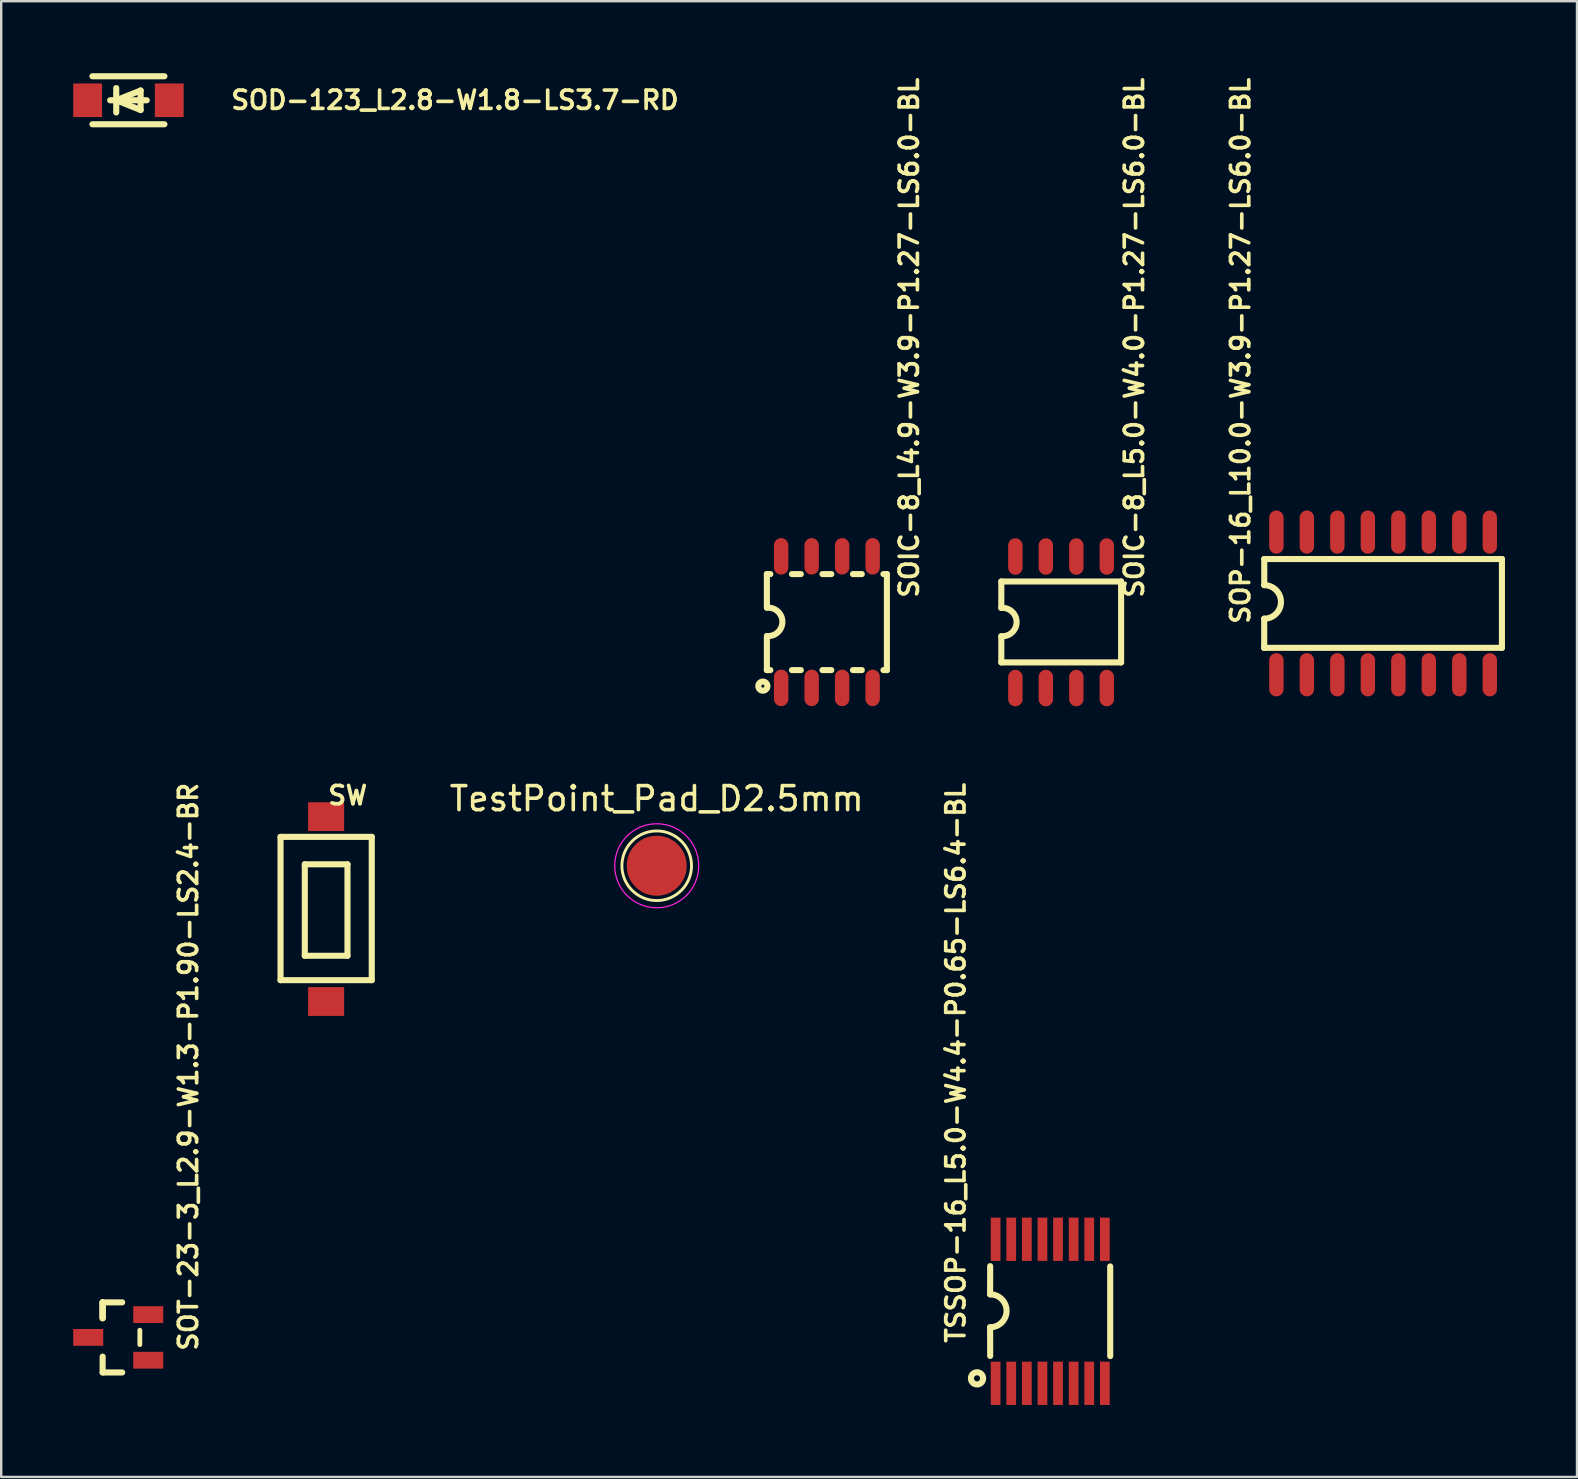
<source format=kicad_pcb>
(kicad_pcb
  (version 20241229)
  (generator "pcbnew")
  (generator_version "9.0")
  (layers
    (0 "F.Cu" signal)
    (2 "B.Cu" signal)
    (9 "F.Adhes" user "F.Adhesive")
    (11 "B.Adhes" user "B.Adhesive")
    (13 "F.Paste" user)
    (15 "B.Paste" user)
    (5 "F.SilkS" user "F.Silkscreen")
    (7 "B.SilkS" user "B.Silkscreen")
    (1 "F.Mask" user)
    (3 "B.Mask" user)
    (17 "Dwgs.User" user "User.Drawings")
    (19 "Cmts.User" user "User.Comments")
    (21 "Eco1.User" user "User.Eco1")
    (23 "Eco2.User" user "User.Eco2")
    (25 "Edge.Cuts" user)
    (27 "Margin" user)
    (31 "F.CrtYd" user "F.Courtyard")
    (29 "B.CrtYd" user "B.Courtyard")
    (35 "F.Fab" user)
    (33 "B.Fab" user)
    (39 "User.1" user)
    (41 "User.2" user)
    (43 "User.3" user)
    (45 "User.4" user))
  (footprint "SOP-16_L10.0-W3.9-P1.27-LS6.0-BL"
    (layer "F.Cu")
    (at 54.566 22.087)
    (property "Reference" "SOP-16_L10.0-W3.9-P1.27-LS6.0-BL" (at -5.941 0.932 90) (layer "F.SilkS") (effects (font (size 0.762 0.762) (thickness 0.152)) (justify left)))
    (attr smd)
    (fp_line (start -4.953 0.635) (end -4.953 1.85) (stroke (width 0.254) (type solid)) (layer "F.SilkS"))
    (fp_line (start -4.953 1.85) (end -4.95 1.85) (stroke (width 0.254) (type solid)) (layer "F.SilkS"))
    (fp_line (start -4.95 -1.85) (end -4.95 -0.762) (stroke (width 0.254) (type solid)) (layer "F.SilkS"))
    (fp_line (start -4.95 1.85) (end 4.95 1.85) (stroke (width 0.254) (type solid)) (layer "F.SilkS"))
    (fp_line (start 4.95 -1.85) (end -4.95 -1.85) (stroke (width 0.254) (type solid)) (layer "F.SilkS"))
    (fp_line (start 4.95 1.85) (end 4.95 -1.85) (stroke (width 0.254) (type solid)) (layer "F.SilkS"))
    (fp_arc (start -4.953 -0.762) (mid -4.254 -0.063) (end -4.953 0.636) (stroke (width 0.254) (type solid)) (layer "F.SilkS"))
    (pad "1" smd oval (at -4.445 2.972 180) (size 0.6 1.8) (layers "F.Cu" "F.Mask" "F.Paste"))
    (pad "2" smd oval (at -3.175 2.972 180) (size 0.6 1.8) (layers "F.Cu" "F.Mask" "F.Paste"))
    (pad "3" smd oval (at -1.905 2.972 180) (size 0.6 1.8) (layers "F.Cu" "F.Mask" "F.Paste"))
    (pad "4" smd oval (at -0.635 2.972 180) (size 0.6 1.8) (layers "F.Cu" "F.Mask" "F.Paste"))
    (pad "5" smd oval (at 0.635 2.972 180) (size 0.6 1.8) (layers "F.Cu" "F.Mask" "F.Paste"))
    (pad "6" smd oval (at 1.905 2.972 180) (size 0.6 1.8) (layers "F.Cu" "F.Mask" "F.Paste"))
    (pad "7" smd oval (at 3.175 2.972 180) (size 0.6 1.8) (layers "F.Cu" "F.Mask" "F.Paste"))
    (pad "8" smd oval (at 4.445 2.972 180) (size 0.6 1.8) (layers "F.Cu" "F.Mask" "F.Paste"))
    (pad "9" smd oval (at 4.445 -2.972 180) (size 0.6 1.8) (layers "F.Cu" "F.Mask" "F.Paste"))
    (pad "10" smd oval (at 3.175 -2.972 180) (size 0.6 1.8) (layers "F.Cu" "F.Mask" "F.Paste"))
    (pad "11" smd oval (at 1.905 -2.972 180) (size 0.6 1.8) (layers "F.Cu" "F.Mask" "F.Paste"))
    (pad "12" smd oval (at 0.635 -2.972 180) (size 0.6 1.8) (layers "F.Cu" "F.Mask" "F.Paste"))
    (pad "13" smd oval (at -0.635 -2.972 180) (size 0.6 1.8) (layers "F.Cu" "F.Mask" "F.Paste"))
    (pad "14" smd oval (at -1.905 -2.972 180) (size 0.6 1.8) (layers "F.Cu" "F.Mask" "F.Paste"))
    (pad "15" smd oval (at -3.175 -2.972 180) (size 0.6 1.8) (layers "F.Cu" "F.Mask" "F.Paste"))
    (pad "16" smd oval (at -4.445 -2.972 180) (size 0.6 1.8) (layers "F.Cu" "F.Mask" "F.Paste")))
  (footprint "TSSOP-16_L5.0-W4.4-P0.65-LS6.4-BL"
    (layer "F.Cu")
    (at 40.7 51.575)
    (property "Reference" "TSSOP-16_L5.0-W4.4-P0.65-LS6.4-BL" (at -3.937 1.397 90) (layer "F.SilkS") (effects (font (size 0.762 0.762) (thickness 0.152)) (justify left)))
    (attr smd)
    (fp_line (start -2.505 -0.706) (end -2.502 -1.88) (stroke (width 0.254) (type solid)) (layer "F.SilkS"))
    (fp_line (start -2.502 1.86) (end -2.505 0.666) (stroke (width 0.254) (type solid)) (layer "F.SilkS"))
    (fp_line (start 2.498 1.868) (end 2.498 -1.868) (stroke (width 0.254) (type solid)) (layer "F.SilkS"))
    (fp_arc (start -2.505 -0.706) (mid -1.819 -0.02) (end -2.505 0.666) (stroke (width 0.254) (type solid)) (layer "F.SilkS"))
    (fp_circle (center -3.05 2.794) (end -2.796 2.794) (stroke (width 0.254) (type solid)) (fill no) (layer "F.SilkS"))
    (pad "1" smd rect (at -2.275 3 90) (size 1.803 0.406) (layers "F.Cu" "F.Mask" "F.Paste"))
    (pad "2" smd rect (at -1.625 3 90) (size 1.803 0.406) (layers "F.Cu" "F.Mask" "F.Paste"))
    (pad "3" smd rect (at -0.975 3 90) (size 1.803 0.406) (layers "F.Cu" "F.Mask" "F.Paste"))
    (pad "4" smd rect (at -0.325 3 90) (size 1.803 0.406) (layers "F.Cu" "F.Mask" "F.Paste"))
    (pad "5" smd rect (at 0.325 3 90) (size 1.803 0.406) (layers "F.Cu" "F.Mask" "F.Paste"))
    (pad "6" smd rect (at 0.975 3 90) (size 1.803 0.406) (layers "F.Cu" "F.Mask" "F.Paste"))
    (pad "7" smd rect (at 1.625 3 90) (size 1.803 0.406) (layers "F.Cu" "F.Mask" "F.Paste"))
    (pad "8" smd rect (at 2.275 3 90) (size 1.803 0.406) (layers "F.Cu" "F.Mask" "F.Paste"))
    (pad "9" smd rect (at 2.275 -3 90) (size 1.803 0.406) (layers "F.Cu" "F.Mask" "F.Paste"))
    (pad "10" smd rect (at 1.625 -3 90) (size 1.803 0.406) (layers "F.Cu" "F.Mask" "F.Paste"))
    (pad "11" smd rect (at 0.975 -3 90) (size 1.803 0.406) (layers "F.Cu" "F.Mask" "F.Paste"))
    (pad "12" smd rect (at 0.325 -3 90) (size 1.803 0.406) (layers "F.Cu" "F.Mask" "F.Paste"))
    (pad "13" smd rect (at -0.325 -3 90) (size 1.803 0.406) (layers "F.Cu" "F.Mask" "F.Paste"))
    (pad "14" smd rect (at -0.975 -3 90) (size 1.803 0.406) (layers "F.Cu" "F.Mask" "F.Paste"))
    (pad "15" smd rect (at -1.625 -3 90) (size 1.803 0.406) (layers "F.Cu" "F.Mask" "F.Paste"))
    (pad "16" smd rect (at -2.275 -3 90) (size 1.803 0.406) (layers "F.Cu" "F.Mask" "F.Paste")))
  (footprint "SW"
    (layer "F.Cu")
    (at 10.536 34.911)
    (property "Reference" "SW" (at 0 -4.826 0) (layer "F.SilkS") (effects (font (size 0.762 0.762) (thickness 0.152)) (justify left)))
    (attr smd)
    (fp_line (start -1.9 -3.099) (end -1.9 2.87) (stroke (width 0.254) (type solid)) (layer "F.SilkS"))
    (fp_line (start -1.9 2.87) (end 1.9 2.87) (stroke (width 0.254) (type solid)) (layer "F.SilkS"))
    (fp_line (start -0.889 -1.956) (end 0.889 -1.956) (stroke (width 0.254) (type solid)) (layer "F.SilkS"))
    (fp_line (start -0.889 1.854) (end -0.889 -1.956) (stroke (width 0.254) (type solid)) (layer "F.SilkS"))
    (fp_line (start 0.889 -1.956) (end 0.889 1.854) (stroke (width 0.254) (type solid)) (layer "F.SilkS"))
    (fp_line (start 0.889 1.854) (end -0.889 1.854) (stroke (width 0.254) (type solid)) (layer "F.SilkS"))
    (fp_line (start 1.9 -3.099) (end -1.9 -3.099) (stroke (width 0.254) (type solid)) (layer "F.SilkS"))
    (fp_line (start 1.9 2.87) (end 1.9 -3.099) (stroke (width 0.254) (type solid)) (layer "F.SilkS"))
    (pad "1" smd rect (at 0 3.759 270) (size 1.2 1.5) (layers "F.Cu" "F.Mask" "F.Paste"))
    (pad "2" smd rect (at 0 -3.941 270) (size 1.2 1.5) (layers "F.Cu" "F.Mask" "F.Paste")))
  (footprint "SOIC-8_L4.9-W3.9-P1.27-LS6.0-BL"
    (layer "F.Cu")
    (at 31.396 22.865)
    (property "Reference" "SOIC-8_L4.9-W3.9-P1.27-LS6.0-BL" (at 3.426 -0.935 270) (layer "F.SilkS") (effects (font (size 0.762 0.762) (thickness 0.152)) (justify left)))
    (attr smd)
    (fp_line (start -2.5 -2) (end -2.5 -0.6) (stroke (width 0.254) (type solid)) (layer "F.SilkS"))
    (fp_line (start -2.5 -2) (end -2.356 -2) (stroke (width 0.254) (type solid)) (layer "F.SilkS"))
    (fp_line (start -2.5 0.58) (end -2.5 2) (stroke (width 0.254) (type solid)) (layer "F.SilkS"))
    (fp_line (start -2.5 2) (end -2.356 2) (stroke (width 0.254) (type solid)) (layer "F.SilkS"))
    (fp_line (start -1.454 -2) (end -1.086 -2) (stroke (width 0.254) (type solid)) (layer "F.SilkS"))
    (fp_line (start -1.454 2) (end -1.086 2) (stroke (width 0.254) (type solid)) (layer "F.SilkS"))
    (fp_line (start -0.184 -2) (end 0.184 -2) (stroke (width 0.254) (type solid)) (layer "F.SilkS"))
    (fp_line (start -0.184 2) (end 0.184 2) (stroke (width 0.254) (type solid)) (layer "F.SilkS"))
    (fp_line (start 1.086 -2) (end 1.454 -2) (stroke (width 0.254) (type solid)) (layer "F.SilkS"))
    (fp_line (start 1.086 2) (end 1.454 2) (stroke (width 0.254) (type solid)) (layer "F.SilkS"))
    (fp_line (start 2.356 -2) (end 2.5 -2) (stroke (width 0.254) (type solid)) (layer "F.SilkS"))
    (fp_line (start 2.356 2) (end 2.5 2) (stroke (width 0.254) (type solid)) (layer "F.SilkS"))
    (fp_line (start 2.5 -2) (end 2.5 2) (stroke (width 0.254) (type solid)) (layer "F.SilkS"))
    (fp_arc (start -2.49 -0.6) (mid -1.853286 -0.010321) (end -2.48936 0.580048) (stroke (width 0.254) (type solid)) (layer "F.SilkS"))
    (fp_circle (center -2.667 2.667) (end -2.477 2.667) (stroke (width 0.254) (type solid)) (fill no) (layer "F.SilkS"))
    (pad "1" smd oval (at -1.905 2.74 180) (size 0.6 1.52) (layers "F.Cu" "F.Mask" "F.Paste"))
    (pad "2" smd oval (at -0.635 2.74 180) (size 0.6 1.52) (layers "F.Cu" "F.Mask" "F.Paste"))
    (pad "3" smd oval (at 0.635 2.74 180) (size 0.6 1.52) (layers "F.Cu" "F.Mask" "F.Paste"))
    (pad "4" smd oval (at 1.905 2.74 180) (size 0.6 1.52) (layers "F.Cu" "F.Mask" "F.Paste"))
    (pad "5" smd oval (at 1.905 -2.74 180) (size 0.6 1.52) (layers "F.Cu" "F.Mask" "F.Paste"))
    (pad "6" smd oval (at 0.635 -2.74 180) (size 0.6 1.52) (layers "F.Cu" "F.Mask" "F.Paste"))
    (pad "7" smd oval (at -0.635 -2.74 180) (size 0.6 1.52) (layers "F.Cu" "F.Mask" "F.Paste"))
    (pad "8" smd oval (at -1.905 -2.74 180) (size 0.6 1.52) (layers "F.Cu" "F.Mask" "F.Paste")))
  (footprint "SOD-123_L2.8-W1.8-LS3.7-RD"
    (layer "F.Cu")
    (at 2.3 1.127)
    (property "Reference" "SOD-123_L2.8-W1.8-LS3.7-RD" (at 4.194 -0.008 0) (layer "F.SilkS") (effects (font (size 0.762 0.762) (thickness 0.152)) (justify left)))
    (attr smd)
    (fp_line (start -1.5 -1) (end 1.5 -1) (stroke (width 0.254) (type solid)) (layer "F.SilkS"))
    (fp_line (start -1.5 1) (end 1.5 1) (stroke (width 0.254) (type solid)) (layer "F.SilkS"))
    (fp_line (start -0.762 0) (end 0.762 0) (stroke (width 0.254) (type solid)) (layer "F.SilkS"))
    (fp_line (start -0.508 -0.508) (end -0.508 0.508) (stroke (width 0.254) (type solid)) (layer "F.SilkS"))
    (fp_line (start -0.508 0) (end 0.508 -0.406) (stroke (width 0.254) (type solid)) (layer "F.SilkS"))
    (fp_line (start 0.508 -0.406) (end 0.508 0.406) (stroke (width 0.254) (type solid)) (layer "F.SilkS"))
    (fp_line (start 0.508 0.406) (end -0.508 0) (stroke (width 0.254) (type solid)) (layer "F.SilkS"))
    (pad "1" smd rect (at -1.7 0) (size 1.2 1.4) (layers "F.Cu" "F.Mask" "F.Paste"))
    (pad "2" smd rect (at 1.7 0) (size 1.2 1.4) (layers "F.Cu" "F.Mask" "F.Paste")))
  (footprint "TestPoint_Pad_D2.5mm"
    (layer "F.Cu")
    (at 24.307 33.015)
    (property "Reference" "TestPoint_Pad_D2.5mm" (at 0 -2.794 0) (layer "F.SilkS") (effects (font (size 1 1) (thickness 0.15))))
    (attr exclude_from_pos_files)
    (fp_circle (center 0 0) (end 0 1.45) (stroke (width 0.12) (type solid)) (fill no) (layer "F.SilkS"))
    (fp_circle (center 0 0) (end 1.75 0) (stroke (width 0.05) (type solid)) (fill no) (layer "F.CrtYd"))
    (pad "1" smd circle (at 0 0) (size 2.5 2.5) (layers "F.Cu" "F.Mask")))
  (footprint "SOT-23-3_L2.9-W1.3-P1.90-LS2.4-BR"
    (layer "F.Cu")
    (at 1.875 52.663)
    (property "Reference" "SOT-23-3_L2.9-W1.3-P1.90-LS2.4-BR" (at 2.921 0.635 90) (layer "F.SilkS") (effects (font (size 0.762 0.762) (thickness 0.152)) (justify left)))
    (attr smd)
    (fp_line (start -0.65 -1.46) (end -0.65 -0.8) (stroke (width 0.254) (type solid)) (layer "F.SilkS"))
    (fp_line (start -0.65 -1.46) (end 0.165 -1.46) (stroke (width 0.254) (type solid)) (layer "F.SilkS"))
    (fp_line (start -0.65 -0.8) (end -0.65 -1.46) (stroke (width 0.254) (type solid)) (layer "F.SilkS"))
    (fp_line (start -0.65 -0.8) (end -0.65 -1.46) (stroke (width 0.254) (type solid)) (layer "F.SilkS"))
    (fp_line (start -0.65 1.46) (end -0.65 0.8) (stroke (width 0.254) (type solid)) (layer "F.SilkS"))
    (fp_line (start 0.165 1.46) (end -0.65 1.46) (stroke (width 0.254) (type solid)) (layer "F.SilkS"))
    (fp_line (start 0.9 0.3) (end 0.9 -0.3) (stroke (width 0.2) (type solid)) (layer "F.SilkS"))
    (pad "1" smd rect (at 1.25 0.95 270) (size 0.7 1.25) (layers "F.Cu" "F.Mask" "F.Paste"))
    (pad "2" smd rect (at 1.25 -0.95 270) (size 0.7 1.25) (layers "F.Cu" "F.Mask" "F.Paste"))
    (pad "3" smd rect (at -1.25 0 270) (size 0.7 1.25) (layers "F.Cu" "F.Mask" "F.Paste")))
  (footprint "SOIC-8_L5.0-W4.0-P1.27-LS6.0-BL"
    (layer "F.Cu")
    (at 41.152 22.873)
    (property "Reference" "SOIC-8_L5.0-W4.0-P1.27-LS6.0-BL" (at 3.048 -0.943 270) (layer "F.SilkS") (effects (font (size 0.762 0.762) (thickness 0.152)) (justify left)))
    (attr smd)
    (fp_line (start -2.49 -1.7) (end 2.5 -1.7) (stroke (width 0.254) (type solid)) (layer "F.SilkS"))
    (fp_line (start -2.49 -0.6) (end -2.49 -1.7) (stroke (width 0.254) (type solid)) (layer "F.SilkS"))
    (fp_line (start -2.49 1.671) (end -2.49 0.58) (stroke (width 0.254) (type solid)) (layer "F.SilkS"))
    (fp_line (start 2.5 -1.7) (end 2.5 1.671) (stroke (width 0.254) (type solid)) (layer "F.SilkS"))
    (fp_line (start 2.5 1.671) (end -2.49 1.671) (stroke (width 0.254) (type solid)) (layer "F.SilkS"))
    (fp_arc (start -2.49 -0.6) (mid -1.853286 -0.010321) (end -2.48936 0.580048) (stroke (width 0.254) (type solid)) (layer "F.SilkS"))
    (pad "1" smd oval (at -1.905 2.74 180) (size 0.6 1.52) (layers "F.Cu" "F.Mask" "F.Paste"))
    (pad "2" smd oval (at -0.635 2.74 180) (size 0.6 1.52) (layers "F.Cu" "F.Mask" "F.Paste"))
    (pad "3" smd oval (at 0.635 2.74 180) (size 0.6 1.52) (layers "F.Cu" "F.Mask" "F.Paste"))
    (pad "4" smd oval (at 1.905 2.74 180) (size 0.6 1.52) (layers "F.Cu" "F.Mask" "F.Paste"))
    (pad "5" smd oval (at 1.905 -2.74 180) (size 0.6 1.52) (layers "F.Cu" "F.Mask" "F.Paste"))
    (pad "6" smd oval (at 0.635 -2.74 180) (size 0.6 1.52) (layers "F.Cu" "F.Mask" "F.Paste"))
    (pad "7" smd oval (at -0.635 -2.74 180) (size 0.6 1.52) (layers "F.Cu" "F.Mask" "F.Paste"))
    (pad "8" smd oval (at -1.905 -2.74 180) (size 0.6 1.52) (layers "F.Cu" "F.Mask" "F.Paste")))
  (gr_rect
    (start -3 -3)
    (end 62.643 58.476)
    (stroke (width 0.1) (type default))
    (fill no)
    (layer "Edge.Cuts")))
</source>
